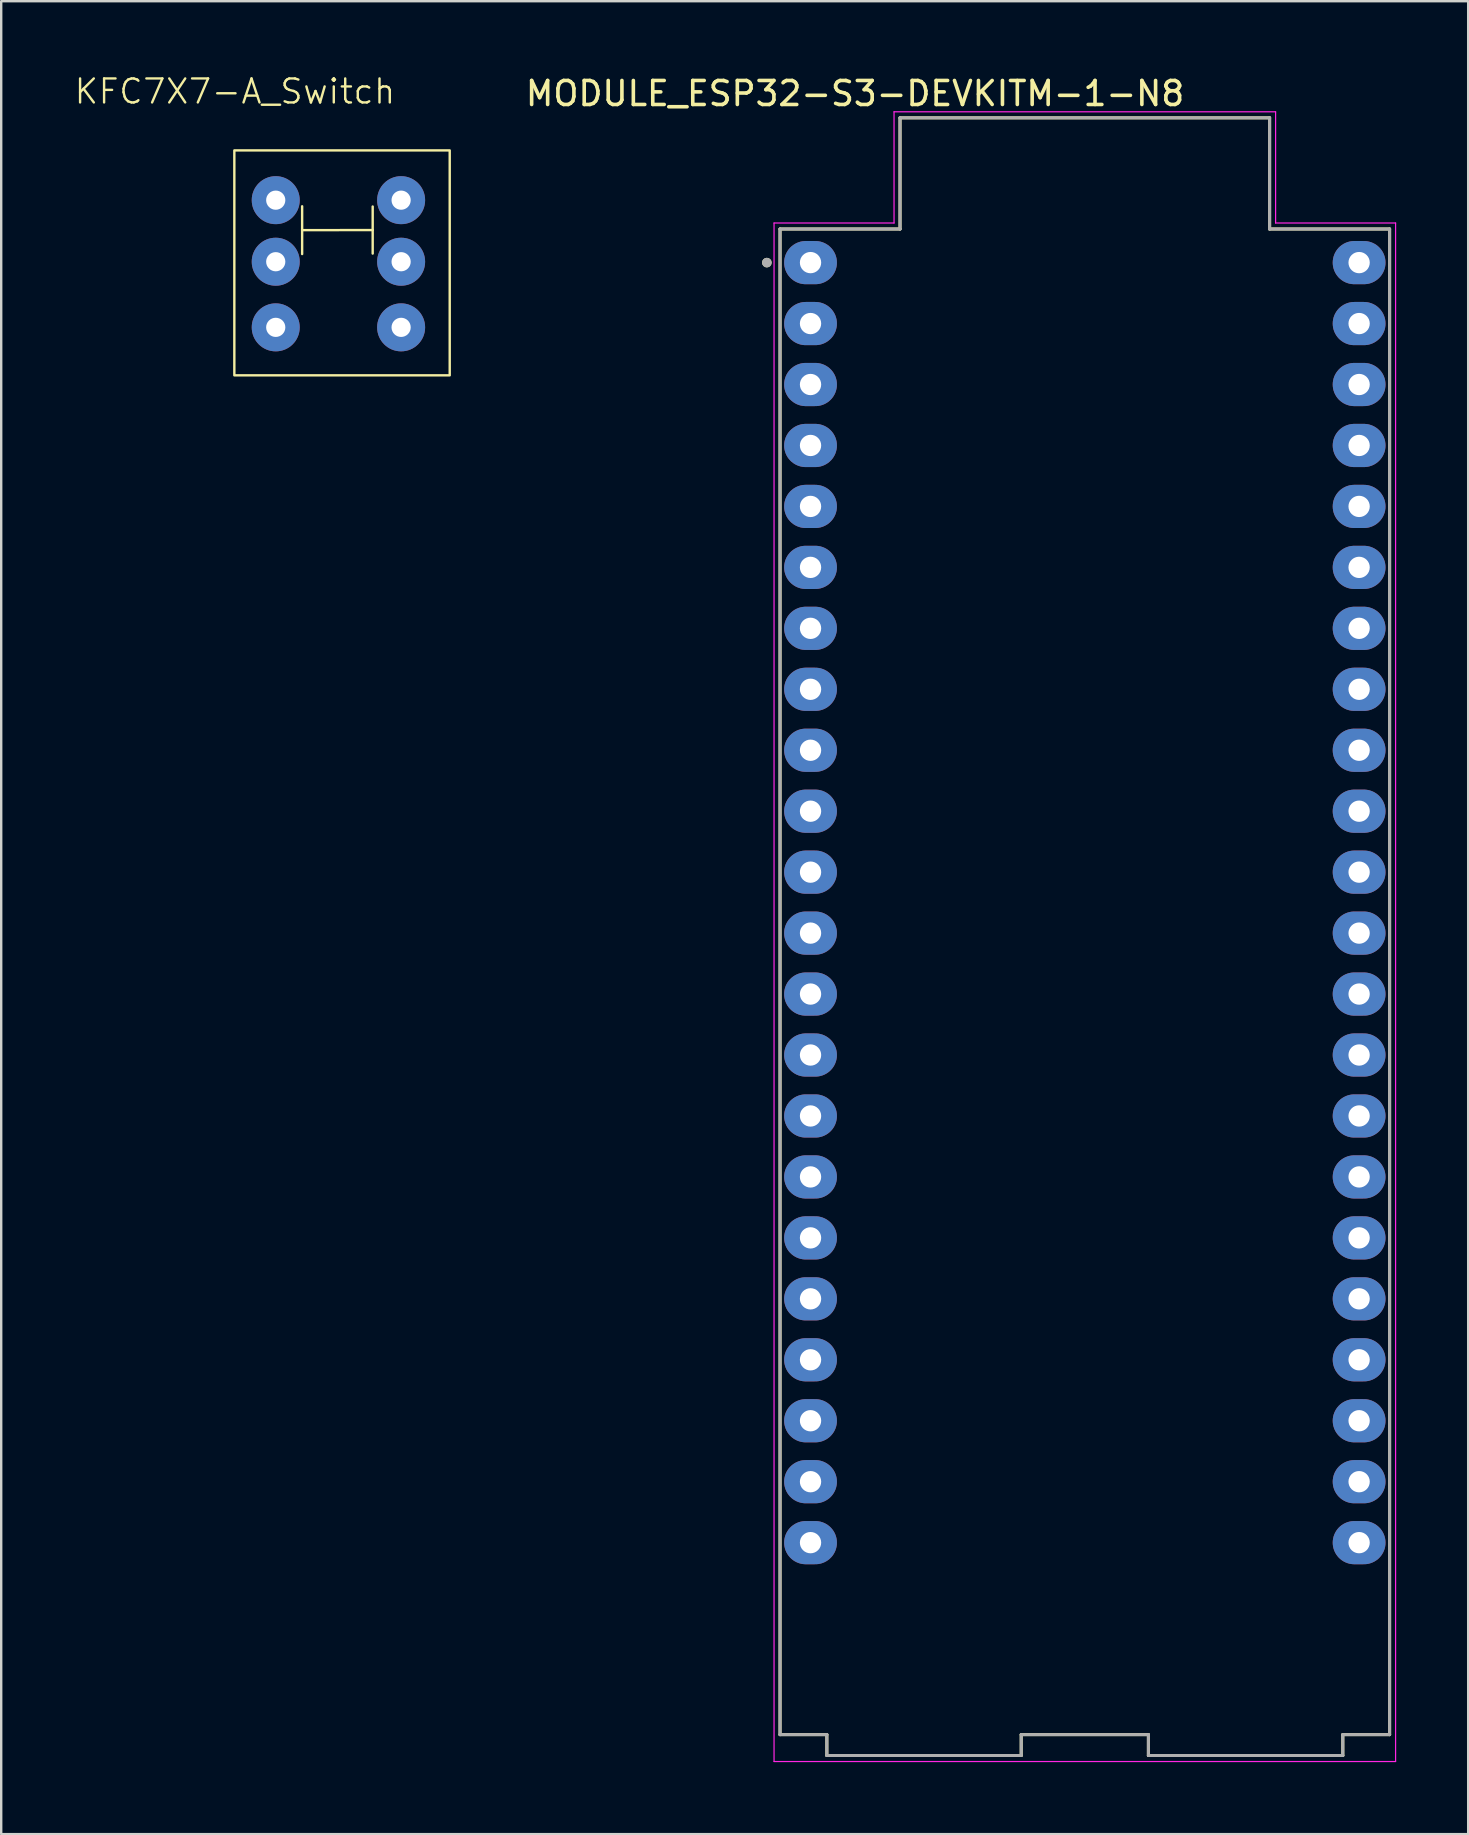
<source format=kicad_pcb>
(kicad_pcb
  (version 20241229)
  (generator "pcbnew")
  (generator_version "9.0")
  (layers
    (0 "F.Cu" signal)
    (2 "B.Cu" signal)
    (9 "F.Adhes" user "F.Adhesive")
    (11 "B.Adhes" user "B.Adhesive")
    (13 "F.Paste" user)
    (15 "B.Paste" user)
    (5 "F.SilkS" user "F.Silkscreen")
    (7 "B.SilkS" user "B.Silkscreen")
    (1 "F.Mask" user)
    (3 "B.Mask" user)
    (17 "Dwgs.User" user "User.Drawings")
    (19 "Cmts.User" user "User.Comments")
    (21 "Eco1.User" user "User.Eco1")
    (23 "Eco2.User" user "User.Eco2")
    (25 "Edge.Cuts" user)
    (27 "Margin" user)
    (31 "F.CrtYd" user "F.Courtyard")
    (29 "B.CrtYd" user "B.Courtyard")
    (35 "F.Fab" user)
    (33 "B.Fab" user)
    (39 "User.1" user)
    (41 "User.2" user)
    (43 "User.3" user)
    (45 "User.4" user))
  (footprint "KFC7X7-A_Switch"
    (layer "F.Cu")
    (at 6.69 3.191)
    (property "Reference" "KFC7X7-A_Switch" (at 0.05 -2.43 0) (unlocked yes) (layer "F.SilkS") (effects (font (size 1 1) (thickness 0.1))))
    (attr through_hole)
    (fp_line (start 2.85 2.355) (end 2.85 4.345) (stroke (width 0.1) (type default)) (layer "F.SilkS"))
    (fp_line (start 5.79 2.365) (end 5.79 4.325) (stroke (width 0.1) (type default)) (layer "F.SilkS"))
    (fp_line (start 5.79 3.345) (end 2.85 3.35) (stroke (width 0.1) (type default)) (layer "F.SilkS"))
    (fp_rect (start 0.025 0.025) (end 9 9.4) (stroke (width 0.1) (type default)) (fill no) (layer "F.SilkS"))
    (pad "1" thru_hole circle (at 1.75 2.1) (size 2 2) (drill 0.8) (layers "*.Cu" "*.Mask"))
    (pad "2" thru_hole circle (at 1.75 4.665) (size 2 2) (drill 0.8) (layers "*.Cu" "*.Mask"))
    (pad "3" thru_hole circle (at 1.75 7.4) (size 2 2) (drill 0.8) (layers "*.Cu" "*.Mask"))
    (pad "4" thru_hole circle (at 6.975 7.4) (size 2 2) (drill 0.8) (layers "*.Cu" "*.Mask"))
    (pad "5" thru_hole circle (at 6.975 4.665) (size 2 2) (drill 0.8) (layers "*.Cu" "*.Mask"))
    (pad "6" thru_hole circle (at 6.975 2.1) (size 2 2) (drill 0.8) (layers "*.Cu" "*.Mask")))
  (footprint "MODULE_ESP32-S3-DEVKITM-1-N8"
    (layer "F.Cu")
    (at 42.155 37.863)
    (property "Reference" "MODULE_ESP32-S3-DEVKITM-1-N8" (at -9.575 -37.015 0) (layer "F.SilkS") (effects (font (size 1 1) (thickness 0.15))))
    (attr through_hole)
    (fp_line (start -12.7 -31.37) (end -7.7 -31.37) (stroke (width 0.127) (type solid)) (layer "F.SilkS"))
    (fp_line (start -12.7 31.37) (end -12.7 -31.37) (stroke (width 0.127) (type solid)) (layer "F.SilkS"))
    (fp_line (start -10.75 31.37) (end -12.7 31.37) (stroke (width 0.127) (type solid)) (layer "F.SilkS"))
    (fp_line (start -10.75 31.37) (end -10.75 32.24) (stroke (width 0.127) (type solid)) (layer "F.SilkS"))
    (fp_line (start -10.75 32.24) (end -2.65 32.24) (stroke (width 0.127) (type solid)) (layer "F.SilkS"))
    (fp_line (start -7.7 -36.003) (end 7.7 -36.003) (stroke (width 0.127) (type solid)) (layer "F.SilkS"))
    (fp_line (start -7.7 -31.37) (end -7.7 -36.003) (stroke (width 0.127) (type solid)) (layer "F.SilkS"))
    (fp_line (start -2.65 32.24) (end -2.65 31.37) (stroke (width 0.127) (type solid)) (layer "F.SilkS"))
    (fp_line (start 2.65 31.37) (end -2.65 31.37) (stroke (width 0.127) (type solid)) (layer "F.SilkS"))
    (fp_line (start 2.65 31.37) (end 2.65 32.24) (stroke (width 0.127) (type solid)) (layer "F.SilkS"))
    (fp_line (start 2.65 32.24) (end 10.75 32.24) (stroke (width 0.127) (type solid)) (layer "F.SilkS"))
    (fp_line (start 7.7 -36.003) (end 7.7 -31.37) (stroke (width 0.127) (type solid)) (layer "F.SilkS"))
    (fp_line (start 7.7 -31.37) (end 12.7 -31.37) (stroke (width 0.127) (type solid)) (layer "F.SilkS"))
    (fp_line (start 10.75 32.24) (end 10.75 31.37) (stroke (width 0.127) (type solid)) (layer "F.SilkS"))
    (fp_line (start 12.7 -31.37) (end 12.7 31.37) (stroke (width 0.127) (type solid)) (layer "F.SilkS"))
    (fp_line (start 12.7 31.37) (end 10.75 31.37) (stroke (width 0.127) (type solid)) (layer "F.SilkS"))
    (fp_circle (center -13.25 -29.97) (end -13.15 -29.97) (stroke (width 0.2) (type solid)) (fill no) (layer "F.SilkS"))
    (fp_line (start -12.95 -31.62) (end -7.95 -31.62) (stroke (width 0.05) (type solid)) (layer "F.CrtYd"))
    (fp_line (start -12.95 32.49) (end -12.95 -31.62) (stroke (width 0.05) (type solid)) (layer "F.CrtYd"))
    (fp_line (start -7.95 -36.253) (end 7.95 -36.253) (stroke (width 0.05) (type solid)) (layer "F.CrtYd"))
    (fp_line (start -7.95 -31.62) (end -7.95 -36.253) (stroke (width 0.05) (type solid)) (layer "F.CrtYd"))
    (fp_line (start 7.95 -36.253) (end 7.95 -31.62) (stroke (width 0.05) (type solid)) (layer "F.CrtYd"))
    (fp_line (start 7.95 -31.62) (end 12.95 -31.62) (stroke (width 0.05) (type solid)) (layer "F.CrtYd"))
    (fp_line (start 12.95 -31.62) (end 12.95 32.49) (stroke (width 0.05) (type solid)) (layer "F.CrtYd"))
    (fp_line (start 12.95 32.49) (end -12.95 32.49) (stroke (width 0.05) (type solid)) (layer "F.CrtYd"))
    (fp_line (start -12.7 -31.37) (end -7.7 -31.37) (stroke (width 0.127) (type solid)) (layer "F.Fab"))
    (fp_line (start -12.7 31.37) (end -12.7 -31.37) (stroke (width 0.127) (type solid)) (layer "F.Fab"))
    (fp_line (start -10.75 31.37) (end -12.7 31.37) (stroke (width 0.127) (type solid)) (layer "F.Fab"))
    (fp_line (start -10.75 31.37) (end -10.75 32.24) (stroke (width 0.127) (type solid)) (layer "F.Fab"))
    (fp_line (start -10.75 32.24) (end -2.65 32.24) (stroke (width 0.127) (type solid)) (layer "F.Fab"))
    (fp_line (start -7.7 -36.003) (end 7.7 -36.003) (stroke (width 0.127) (type solid)) (layer "F.Fab"))
    (fp_line (start -7.7 -31.37) (end -7.7 -36.003) (stroke (width 0.127) (type solid)) (layer "F.Fab"))
    (fp_line (start -2.65 32.24) (end -2.65 31.37) (stroke (width 0.127) (type solid)) (layer "F.Fab"))
    (fp_line (start 2.65 31.37) (end -2.65 31.37) (stroke (width 0.127) (type solid)) (layer "F.Fab"))
    (fp_line (start 2.65 31.37) (end 2.65 32.24) (stroke (width 0.127) (type solid)) (layer "F.Fab"))
    (fp_line (start 2.65 32.24) (end 10.75 32.24) (stroke (width 0.127) (type solid)) (layer "F.Fab"))
    (fp_line (start 7.7 -36.003) (end 7.7 -31.37) (stroke (width 0.127) (type solid)) (layer "F.Fab"))
    (fp_line (start 7.7 -31.37) (end 12.7 -31.37) (stroke (width 0.127) (type solid)) (layer "F.Fab"))
    (fp_line (start 10.75 32.24) (end 10.75 31.37) (stroke (width 0.127) (type solid)) (layer "F.Fab"))
    (fp_line (start 12.7 -31.37) (end 12.7 31.37) (stroke (width 0.127) (type solid)) (layer "F.Fab"))
    (fp_line (start 12.7 31.37) (end 10.75 31.37) (stroke (width 0.127) (type solid)) (layer "F.Fab"))
    (fp_circle (center -13.25 -29.97) (end -13.15 -29.97) (stroke (width 0.2) (type solid)) (fill no) (layer "F.Fab"))
    (pad "J1_1" thru_hole oval (at -11.43 -29.97) (size 2.2 1.8) (drill 0.888) (layers "*.Cu" "*.Mask"))
    (pad "J1_2" thru_hole oval (at -11.43 -27.43) (size 2.2 1.8) (drill 0.888) (layers "*.Cu" "*.Mask"))
    (pad "J1_3" thru_hole oval (at -11.43 -24.89) (size 2.2 1.8) (drill 0.888) (layers "*.Cu" "*.Mask"))
    (pad "J1_4" thru_hole oval (at -11.43 -22.35) (size 2.2 1.8) (drill 0.888) (layers "*.Cu" "*.Mask"))
    (pad "J1_5" thru_hole oval (at -11.43 -19.81) (size 2.2 1.8) (drill 0.888) (layers "*.Cu" "*.Mask"))
    (pad "J1_6" thru_hole oval (at -11.43 -17.27) (size 2.2 1.8) (drill 0.888) (layers "*.Cu" "*.Mask"))
    (pad "J1_7" thru_hole oval (at -11.43 -14.73) (size 2.2 1.8) (drill 0.888) (layers "*.Cu" "*.Mask"))
    (pad "J1_8" thru_hole oval (at -11.43 -12.19) (size 2.2 1.8) (drill 0.888) (layers "*.Cu" "*.Mask"))
    (pad "J1_9" thru_hole oval (at -11.43 -9.65) (size 2.2 1.8) (drill 0.888) (layers "*.Cu" "*.Mask"))
    (pad "J1_10" thru_hole oval (at -11.43 -7.11) (size 2.2 1.8) (drill 0.888) (layers "*.Cu" "*.Mask"))
    (pad "J1_11" thru_hole oval (at -11.43 -4.57) (size 2.2 1.8) (drill 0.888) (layers "*.Cu" "*.Mask"))
    (pad "J1_12" thru_hole oval (at -11.43 -2.03) (size 2.2 1.8) (drill 0.888) (layers "*.Cu" "*.Mask"))
    (pad "J1_13" thru_hole oval (at -11.43 0.51) (size 2.2 1.8) (drill 0.888) (layers "*.Cu" "*.Mask"))
    (pad "J1_14" thru_hole oval (at -11.43 3.05) (size 2.2 1.8) (drill 0.888) (layers "*.Cu" "*.Mask"))
    (pad "J1_15" thru_hole oval (at -11.43 5.59) (size 2.2 1.8) (drill 0.888) (layers "*.Cu" "*.Mask"))
    (pad "J1_16" thru_hole oval (at -11.43 8.13) (size 2.2 1.8) (drill 0.888) (layers "*.Cu" "*.Mask"))
    (pad "J1_17" thru_hole oval (at -11.43 10.67) (size 2.2 1.8) (drill 0.888) (layers "*.Cu" "*.Mask"))
    (pad "J1_18" thru_hole oval (at -11.43 13.21) (size 2.2 1.8) (drill 0.888) (layers "*.Cu" "*.Mask"))
    (pad "J1_19" thru_hole oval (at -11.43 15.75) (size 2.2 1.8) (drill 0.888) (layers "*.Cu" "*.Mask"))
    (pad "J1_20" thru_hole oval (at -11.43 18.29) (size 2.2 1.8) (drill 0.888) (layers "*.Cu" "*.Mask"))
    (pad "J1_21" thru_hole oval (at -11.43 20.83) (size 2.2 1.8) (drill 0.888) (layers "*.Cu" "*.Mask"))
    (pad "J1_22" thru_hole oval (at -11.43 23.37) (size 2.2 1.8) (drill 0.888) (layers "*.Cu" "*.Mask"))
    (pad "J3_1" thru_hole oval (at 11.43 -29.97) (size 2.2 1.8) (drill 0.888) (layers "*.Cu" "*.Mask"))
    (pad "J3_2" thru_hole oval (at 11.43 -27.43) (size 2.2 1.8) (drill 0.888) (layers "*.Cu" "*.Mask"))
    (pad "J3_3" thru_hole oval (at 11.43 -24.89) (size 2.2 1.8) (drill 0.888) (layers "*.Cu" "*.Mask"))
    (pad "J3_4" thru_hole oval (at 11.43 -22.35) (size 2.2 1.8) (drill 0.888) (layers "*.Cu" "*.Mask"))
    (pad "J3_5" thru_hole oval (at 11.43 -19.81) (size 2.2 1.8) (drill 0.888) (layers "*.Cu" "*.Mask"))
    (pad "J3_6" thru_hole oval (at 11.43 -17.27) (size 2.2 1.8) (drill 0.888) (layers "*.Cu" "*.Mask"))
    (pad "J3_7" thru_hole oval (at 11.43 -14.73) (size 2.2 1.8) (drill 0.888) (layers "*.Cu" "*.Mask"))
    (pad "J3_8" thru_hole oval (at 11.43 -12.19) (size 2.2 1.8) (drill 0.888) (layers "*.Cu" "*.Mask"))
    (pad "J3_9" thru_hole oval (at 11.43 -9.65) (size 2.2 1.8) (drill 0.888) (layers "*.Cu" "*.Mask"))
    (pad "J3_10" thru_hole oval (at 11.43 -7.11) (size 2.2 1.8) (drill 0.888) (layers "*.Cu" "*.Mask"))
    (pad "J3_11" thru_hole oval (at 11.43 -4.57) (size 2.2 1.8) (drill 0.888) (layers "*.Cu" "*.Mask"))
    (pad "J3_12" thru_hole oval (at 11.43 -2.03) (size 2.2 1.8) (drill 0.888) (layers "*.Cu" "*.Mask"))
    (pad "J3_13" thru_hole oval (at 11.43 0.51) (size 2.2 1.8) (drill 0.888) (layers "*.Cu" "*.Mask"))
    (pad "J3_14" thru_hole oval (at 11.43 3.05) (size 2.2 1.8) (drill 0.888) (layers "*.Cu" "*.Mask"))
    (pad "J3_15" thru_hole oval (at 11.43 5.59) (size 2.2 1.8) (drill 0.888) (layers "*.Cu" "*.Mask"))
    (pad "J3_16" thru_hole oval (at 11.43 8.13) (size 2.2 1.8) (drill 0.888) (layers "*.Cu" "*.Mask"))
    (pad "J3_17" thru_hole oval (at 11.43 10.67) (size 2.2 1.8) (drill 0.888) (layers "*.Cu" "*.Mask"))
    (pad "J3_18" thru_hole oval (at 11.43 13.21) (size 2.2 1.8) (drill 0.888) (layers "*.Cu" "*.Mask"))
    (pad "J3_19" thru_hole oval (at 11.43 15.75) (size 2.2 1.8) (drill 0.888) (layers "*.Cu" "*.Mask"))
    (pad "J3_20" thru_hole oval (at 11.43 18.29) (size 2.2 1.8) (drill 0.888) (layers "*.Cu" "*.Mask"))
    (pad "J3_21" thru_hole oval (at 11.43 20.83) (size 2.2 1.8) (drill 0.888) (layers "*.Cu" "*.Mask"))
    (pad "J3_22" thru_hole oval (at 11.43 23.37) (size 2.2 1.8) (drill 0.888) (layers "*.Cu" "*.Mask")))
  (gr_rect
    (start -3 -3)
    (end 58.13 73.378)
    (stroke (width 0.1) (type default))
    (fill no)
    (layer "Edge.Cuts")))
</source>
